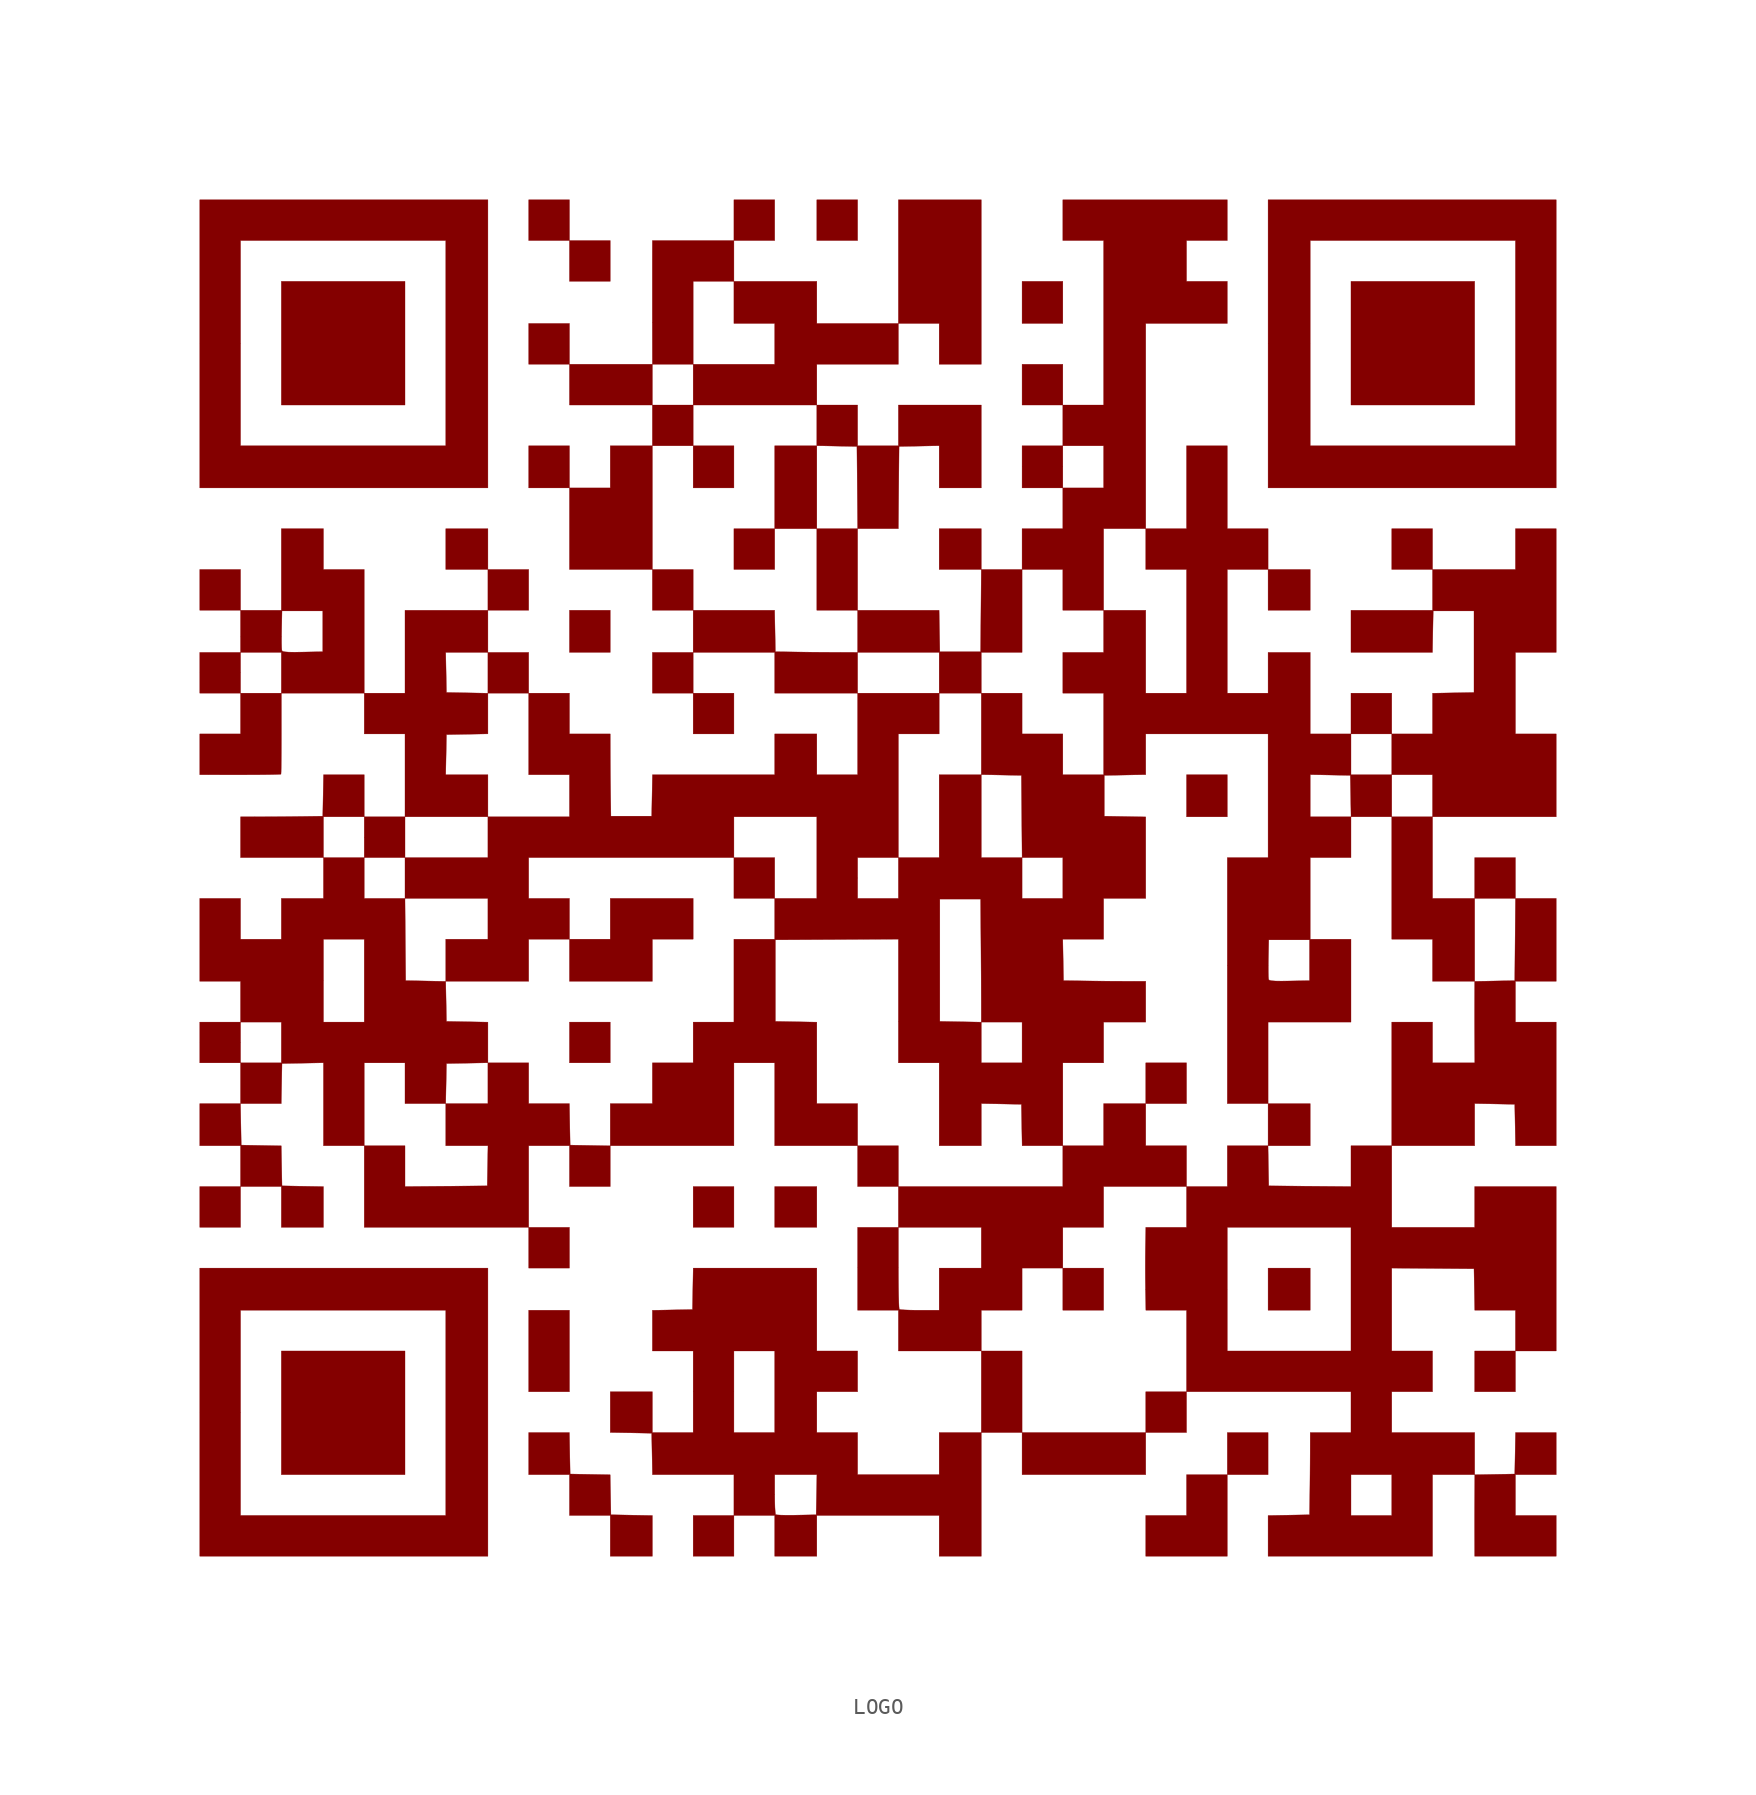
<source format=kicad_sym>
(kicad_symbol_lib
  (version 20220914)
  (generator "bitmap2component")
  (generator_version "8.0")
  (symbol "LOGO"
    (pin_names
      (offset 1.016))
    (property "Reference" "#G"
      (at 0 41.84 0)
      (effects (font (size 1.27 1.27)) hide))
    (symbol "LOGO_0_0"
      (polyline (pts (xy -24.381 -33.385) (xy -24.381 -24.381) (xy -33.385 -24.381) (xy -42.39 -24.381) (xy -42.39 -33.385) (xy -42.39 -33.428) (xy -39.842 -33.428) (xy -39.842 -27.014) (xy -33.428 -27.014) (xy -27.014 -27.014) (xy -27.014 -33.428) (xy -27.014 -39.841) (xy -33.428 -39.841) (xy -39.842 -39.841) (xy -39.842 -33.428) (xy -42.39 -33.428) (xy -42.39 -42.39) (xy -33.385 -42.39) (xy -24.381 -42.39) (xy -24.381 -33.385)) (stroke (width 0.01) (type default)) (fill (type outline)))
      (polyline (pts (xy -14.102 -41.118) (xy -14.102 -39.846) (xy -15.397 -39.822) (xy -16.693 -39.799) (xy -16.716 -38.548) (xy -16.74 -37.297) (xy -17.99 -37.274) (xy -19.241 -37.251) (xy -19.265 -35.955) (xy -19.288 -34.66) (xy -20.56 -34.66) (xy -21.832 -34.66) (xy -21.832 -35.976) (xy -21.832 -37.293) (xy -20.558 -37.293) (xy -19.284 -37.293) (xy -19.284 -38.567) (xy -19.284 -39.841) (xy -18.009 -39.841) (xy -16.735 -39.841) (xy -16.735 -41.116) (xy -16.735 -42.39) (xy -15.418 -42.39) (xy -14.102 -42.39) (xy -14.102 -41.118)) (stroke (width 0.01) (type default)) (fill (type outline)))
      (polyline (pts (xy -6.456 41.116) (xy -6.456 42.39) (xy -7.731 42.39) (xy -9.005 42.39) (xy -9.005 41.116) (xy -9.005 39.842) (xy -7.731 39.842) (xy -6.456 39.842) (xy -6.456 41.116)) (stroke (width 0.01) (type default)) (fill (type outline)))
      (polyline (pts (xy 1.294 24.402) (xy 1.317 26.972) (xy 2.57 26.995) (xy 3.823 27.019) (xy 3.823 25.7) (xy 3.823 24.381) (xy 5.139 24.381) (xy 6.456 24.381) (xy 6.456 26.972) (xy 6.456 29.563) (xy 3.865 29.563) (xy 1.274 29.563) (xy 1.274 28.288) (xy 1.274 27.014) (xy 0 27.014) (xy -1.274 27.014) (xy -1.274 28.288) (xy -1.274 29.563) (xy -2.549 29.563) (xy -3.823 29.563) (xy -3.823 30.837) (xy -3.823 32.111) (xy -1.274 32.111) (xy 1.274 32.111) (xy 1.274 33.385) (xy 1.274 34.66) (xy 2.549 34.66) (xy 3.823 34.66) (xy 3.823 33.385) (xy 3.823 32.111) (xy 5.139 32.111) (xy 6.456 32.111) (xy 6.456 37.251) (xy 6.456 42.39) (xy 3.865 42.39) (xy 1.274 42.39) (xy 1.274 38.525) (xy 1.274 34.66) (xy -1.274 34.66) (xy -3.823 34.66) (xy -3.823 35.976) (xy -3.823 37.293) (xy -6.414 37.293) (xy -9.005 37.293) (xy -9.005 38.567) (xy -9.005 39.842) (xy -11.553 39.842) (xy -14.102 39.842) (xy -14.105 38.546) (xy -14.105 38.538) (xy -14.105 38.101) (xy -14.105 37.532) (xy -14.105 36.869) (xy -14.105 36.147) (xy -14.105 35.406) (xy -14.104 34.702) (xy -11.553 34.702) (xy -11.553 37.293) (xy -10.279 37.293) (xy -9.005 37.293) (xy -9.005 35.976) (xy -9.005 34.66) (xy -7.731 34.66) (xy -6.456 34.66) (xy -6.456 33.385) (xy -6.456 32.111) (xy -9.005 32.111) (xy -11.553 32.111) (xy -11.553 34.702) (xy -14.104 34.702) (xy -14.104 34.681) (xy -14.1 32.111) (xy -12.828 32.111) (xy -11.553 32.111) (xy -11.553 30.837) (xy -11.553 29.563) (xy -7.688 29.563) (xy -3.823 29.563) (xy -3.823 28.291) (xy -3.823 27.019) (xy -2.57 26.995) (xy -1.317 26.972) (xy -1.294 24.402) (xy -1.272 21.832) (xy -0.001 21.832) (xy 1.272 21.832) (xy 1.294 24.402)) (stroke (width 0.01) (type default)) (fill (type outline)))
      (polyline (pts (xy -9.005 -41.116) (xy -9.005 -39.841) (xy -7.731 -39.841) (xy -6.456 -39.841) (xy -6.456 -41.116) (xy -6.456 -42.39) (xy -5.139 -42.39) (xy -3.823 -42.39) (xy -3.823 -41.116) (xy -3.823 -39.841) (xy 0 -39.841) (xy 3.823 -39.841) (xy 3.823 -41.116) (xy 3.823 -42.39) (xy 5.139 -42.39) (xy 6.456 -42.39) (xy 6.456 -38.525) (xy 6.456 -34.66) (xy 7.73 -34.66) (xy 9.005 -34.66) (xy 9.005 -35.976) (xy 9.005 -37.293) (xy 12.87 -37.293) (xy 16.735 -37.293) (xy 16.735 -35.976) (xy 16.735 -34.66) (xy 12.87 -34.66) (xy 9.005 -34.66) (xy 9.005 -32.111) (xy 9.005 -29.562) (xy 7.73 -29.562) (xy 6.456 -29.562) (xy 6.456 -28.288) (xy 6.456 -27.014) (xy 7.73 -27.014) (xy 9.005 -27.014) (xy 9.005 -25.697) (xy 9.005 -24.381) (xy 10.279 -24.381) (xy 11.553 -24.381) (xy 11.553 -23.106) (xy 11.553 -21.832) (xy 12.827 -21.832) (xy 14.102 -21.832) (xy 14.102 -20.558) (xy 14.102 -19.284) (xy 16.693 -19.284) (xy 19.284 -19.284) (xy 19.284 -20.558) (xy 19.284 -21.832) (xy 18.012 -21.832) (xy 16.739 -21.832) (xy 16.716 -23.085) (xy 16.715 -23.139) (xy 16.709 -23.727) (xy 16.707 -24.399) (xy 16.71 -25.075) (xy 16.718 -25.676) (xy 16.718 -25.697) (xy 21.832 -25.697) (xy 21.832 -21.832) (xy 25.697 -21.832) (xy 29.562 -21.832) (xy 29.562 -25.697) (xy 29.562 -29.562) (xy 25.697 -29.562) (xy 21.832 -29.562) (xy 21.832 -25.697) (xy 16.718 -25.697) (xy 16.743 -27.014) (xy 18.014 -27.014) (xy 19.284 -27.014) (xy 19.284 -29.562) (xy 19.284 -32.111) (xy 18.009 -32.111) (xy 16.735 -32.111) (xy 16.735 -33.385) (xy 16.735 -34.66) (xy 18.009 -34.66) (xy 19.284 -34.66) (xy 19.284 -33.385) (xy 19.284 -32.111) (xy 24.423 -32.111) (xy 29.562 -32.111) (xy 29.562 -33.385) (xy 29.562 -34.66) (xy 28.288 -34.66) (xy 27.014 -34.66) (xy 27.011 -35.955) (xy 27.011 -35.961) (xy 27.008 -36.564) (xy 27.003 -37.248) (xy 26.997 -37.929) (xy 26.99 -38.525) (xy 26.989 -38.567) (xy 29.562 -38.567) (xy 29.562 -37.293) (xy 30.837 -37.293) (xy 32.111 -37.293) (xy 32.111 -38.567) (xy 32.111 -39.841) (xy 30.837 -39.841) (xy 29.562 -39.841) (xy 29.562 -38.567) (xy 26.989 -38.567) (xy 26.971 -39.799) (xy 25.676 -39.822) (xy 24.381 -39.846) (xy 24.381 -41.118) (xy 24.381 -42.39) (xy 29.52 -42.39) (xy 34.66 -42.39) (xy 34.66 -39.841) (xy 34.66 -37.293) (xy 35.98 -37.293) (xy 37.293 -37.293) (xy 37.293 -35.978) (xy 37.293 -34.66) (xy 34.702 -34.66) (xy 32.111 -34.66) (xy 32.111 -33.385) (xy 32.111 -32.111) (xy 33.385 -32.111) (xy 34.66 -32.111) (xy 34.66 -30.837) (xy 34.66 -29.562) (xy 33.385 -29.562) (xy 32.111 -29.562) (xy 32.111 -26.972) (xy 32.111 -24.381) (xy 34.681 -24.402) (xy 37.251 -24.423) (xy 37.274 -25.718) (xy 37.297 -27.014) (xy 38.569 -27.014) (xy 39.841 -27.014) (xy 39.841 -28.288) (xy 39.841 -29.562) (xy 41.116 -29.562) (xy 42.39 -29.562) (xy 42.39 -24.423) (xy 42.39 -19.284) (xy 39.841 -19.284) (xy 37.293 -19.284) (xy 37.293 -20.558) (xy 37.293 -21.832) (xy 34.702 -21.832) (xy 32.111 -21.832) (xy 32.111 -19.284) (xy 32.111 -16.735) (xy 30.837 -16.735) (xy 29.562 -16.735) (xy 29.562 -18.011) (xy 29.562 -19.286) (xy 26.993 -19.264) (xy 24.423 -19.241) (xy 24.399 -17.988) (xy 24.376 -16.735) (xy 23.104 -16.735) (xy 21.832 -16.735) (xy 21.832 -18.009) (xy 21.832 -19.284) (xy 20.558 -19.284) (xy 19.284 -19.284) (xy 19.284 -18.009) (xy 19.284 -16.735) (xy 18.009 -16.735) (xy 16.735 -16.735) (xy 16.735 -15.418) (xy 16.735 -14.102) (xy 15.418 -14.102) (xy 14.102 -14.102) (xy 14.102 -15.418) (xy 14.102 -16.735) (xy 12.827 -16.735) (xy 11.553 -16.735) (xy 11.553 -14.144) (xy 11.553 -11.553) (xy 12.827 -11.553) (xy 14.102 -11.553) (xy 14.102 -10.279) (xy 14.102 -9.005) (xy 15.418 -9.005) (xy 16.735 -9.005) (xy 16.735 -7.73) (xy 16.735 -6.456) (xy 15.44 -6.453) (xy 15.434 -6.453) (xy 14.831 -6.45) (xy 14.146 -6.446) (xy 13.465 -6.439) (xy 12.87 -6.432) (xy 11.596 -6.414) (xy 11.572 -5.118) (xy 11.549 -3.823) (xy 12.825 -3.823) (xy 14.102 -3.823) (xy 14.102 -2.549) (xy 14.102 -1.274) (xy 15.418 -1.274) (xy 16.735 -1.274) (xy 16.735 1.272) (xy 16.735 3.818) (xy 15.44 3.842) (xy 14.144 3.865) (xy 14.144 5.139) (xy 14.144 6.414) (xy 15.44 6.437) (xy 16.735 6.461) (xy 16.735 7.733) (xy 16.735 9.005) (xy 20.558 9.005) (xy 24.381 9.005) (xy 24.381 5.139) (xy 24.381 1.274) (xy 23.106 1.274) (xy 21.832 1.274) (xy 21.832 -5.489) (xy 24.394 -5.489) (xy 24.399 -5.05) (xy 24.423 -3.865) (xy 25.697 -3.865) (xy 26.971 -3.865) (xy 26.971 -5.139) (xy 26.971 -6.414) (xy 25.717 -6.437) (xy 25.222 -6.443) (xy 24.853 -6.439) (xy 24.611 -6.423) (xy 24.473 -6.393) (xy 24.419 -6.348) (xy 24.414 -6.328) (xy 24.401 -6.162) (xy 24.395 -5.871) (xy 24.394 -5.489) (xy 21.832 -5.489) (xy 21.832 -6.414) (xy 21.832 -14.102) (xy 23.106 -14.102) (xy 24.381 -14.102) (xy 24.381 -11.553) (xy 24.381 -9.005) (xy 26.971 -9.005) (xy 29.562 -9.005) (xy 29.562 -6.414) (xy 29.562 -3.823) (xy 28.288 -3.823) (xy 27.014 -3.823) (xy 27.014 -1.274) (xy 27.014 1.274) (xy 28.288 1.274) (xy 29.562 1.274) (xy 29.562 2.549) (xy 29.562 3.823) (xy 28.288 3.823) (xy 27.014 3.823) (xy 27.014 5.142) (xy 27.014 6.461) (xy 28.267 6.437) (xy 29.52 6.414) (xy 29.544 5.118) (xy 29.567 3.823) (xy 30.839 3.823) (xy 32.111 3.823) (xy 32.111 0) (xy 32.111 -3.823) (xy 33.385 -3.823) (xy 34.66 -3.823) (xy 34.66 -5.139) (xy 34.66 -6.456) (xy 35.976 -6.456) (xy 37.293 -6.456) (xy 37.293 -3.865) (xy 37.293 -1.274) (xy 35.976 -1.274) (xy 34.66 -1.274) (xy 34.66 1.274) (xy 34.66 3.823) (xy 33.385 3.823) (xy 32.111 3.823) (xy 32.111 5.139) (xy 32.111 6.456) (xy 30.837 6.456) (xy 29.562 6.456) (xy 29.562 7.731) (xy 29.562 9.005) (xy 30.837 9.005) (xy 32.111 9.005) (xy 32.111 7.731) (xy 32.111 6.456) (xy 33.385 6.456) (xy 34.66 6.456) (xy 34.66 5.139) (xy 34.66 3.823) (xy 38.525 3.823) (xy 42.39 3.823) (xy 42.39 6.414) (xy 42.39 9.005) (xy 41.116 9.005) (xy 39.841 9.005) (xy 39.841 11.553) (xy 39.841 14.102) (xy 41.116 14.102) (xy 42.39 14.102) (xy 42.39 17.967) (xy 42.39 21.832) (xy 41.116 21.832) (xy 39.841 21.832) (xy 39.841 20.558) (xy 39.841 19.284) (xy 37.251 19.284) (xy 34.66 19.284) (xy 34.66 20.558) (xy 34.66 21.832) (xy 33.385 21.832) (xy 32.111 21.832) (xy 32.111 20.558) (xy 32.111 19.284) (xy 33.385 19.284) (xy 34.66 19.284) (xy 34.66 18.009) (xy 34.66 16.735) (xy 32.111 16.735) (xy 29.562 16.735) (xy 29.562 15.418) (xy 29.562 14.102) (xy 32.109 14.102) (xy 34.655 14.102) (xy 34.678 15.397) (xy 34.702 16.693) (xy 35.976 16.693) (xy 37.251 16.693) (xy 37.251 14.144) (xy 37.251 11.596) (xy 35.955 11.572) (xy 34.66 11.549) (xy 34.66 10.277) (xy 34.66 9.005) (xy 33.385 9.005) (xy 32.111 9.005) (xy 32.111 10.279) (xy 32.111 11.553) (xy 30.837 11.553) (xy 29.562 11.553) (xy 29.562 10.279) (xy 29.562 9.005) (xy 28.288 9.005) (xy 27.014 9.005) (xy 27.014 11.553) (xy 27.014 14.102) (xy 25.697 14.102) (xy 24.381 14.102) (xy 24.381 12.828) (xy 24.381 11.553) (xy 23.106 11.553) (xy 21.832 11.553) (xy 21.832 15.418) (xy 21.832 19.284) (xy 23.106 19.284) (xy 24.381 19.284) (xy 24.381 18.009) (xy 24.381 16.735) (xy 25.697 16.735) (xy 27.014 16.735) (xy 27.014 18.009) (xy 27.014 19.284) (xy 25.697 19.284) (xy 24.381 19.284) (xy 24.381 20.558) (xy 24.381 21.832) (xy 23.106 21.832) (xy 21.832 21.832) (xy 21.832 24.423) (xy 21.832 27.014) (xy 20.558 27.014) (xy 19.284 27.014) (xy 19.284 24.423) (xy 19.284 21.832) (xy 18.009 21.832) (xy 16.735 21.832) (xy 16.735 28.246) (xy 16.735 34.66) (xy 19.284 34.66) (xy 21.832 34.66) (xy 21.832 35.976) (xy 21.832 37.293) (xy 20.558 37.293) (xy 19.284 37.293) (xy 19.284 38.567) (xy 19.284 39.842) (xy 20.558 39.842) (xy 21.832 39.842) (xy 21.832 41.116) (xy 21.832 42.39) (xy 16.693 42.39) (xy 11.553 42.39) (xy 11.553 41.116) (xy 11.553 39.842) (xy 12.827 39.842) (xy 14.102 39.842) (xy 14.102 34.702) (xy 14.102 29.563) (xy 12.827 29.563) (xy 11.553 29.563) (xy 11.553 30.837) (xy 11.553 32.111) (xy 10.279 32.111) (xy 9.005 32.111) (xy 9.005 30.837) (xy 9.005 29.563) (xy 10.279 29.563) (xy 11.553 29.563) (xy 11.553 28.288) (xy 11.553 27.014) (xy 10.279 27.014) (xy 9.005 27.014) (xy 9.005 25.697) (xy 11.553 25.697) (xy 11.553 27.014) (xy 12.827 27.014) (xy 14.102 27.014) (xy 14.102 25.697) (xy 14.102 24.381) (xy 12.827 24.381) (xy 11.553 24.381) (xy 11.553 25.697) (xy 9.005 25.697) (xy 9.005 24.381) (xy 10.279 24.381) (xy 11.553 24.381) (xy 11.553 23.106) (xy 11.553 21.832) (xy 10.279 21.832) (xy 9.005 21.832) (xy 9.005 20.558) (xy 9.005 19.284) (xy 7.73 19.284) (xy 6.456 19.284) (xy 6.456 20.558) (xy 6.456 21.832) (xy 5.139 21.832) (xy 3.823 21.832) (xy 3.823 20.558) (xy 3.823 19.284) (xy 5.139 19.284) (xy 6.456 19.284) (xy 6.435 16.714) (xy 6.414 14.144) (xy 5.139 14.144) (xy 3.865 14.144) (xy 3.842 15.44) (xy 3.818 16.735) (xy 1.272 16.735) (xy -1.274 16.735) (xy -1.274 19.284) (xy -1.274 21.832) (xy -2.547 21.832) (xy -3.823 21.832) (xy -3.823 19.284) (xy -3.823 16.735) (xy -2.549 16.735) (xy -1.274 16.735) (xy -1.274 15.418) (xy -1.274 14.102) (xy 1.274 14.102) (xy 3.823 14.102) (xy 3.823 12.828) (xy 3.823 11.553) (xy 5.139 11.553) (xy 6.456 11.553) (xy 6.456 12.828) (xy 6.456 14.102) (xy 7.73 14.102) (xy 9.005 14.102) (xy 9.005 16.693) (xy 9.005 19.284) (xy 10.279 19.284) (xy 11.553 19.284) (xy 11.553 18.009) (xy 11.553 16.735) (xy 12.827 16.735) (xy 14.102 16.735) (xy 14.102 19.284) (xy 14.102 21.832) (xy 15.418 21.832) (xy 16.735 21.832) (xy 16.735 20.558) (xy 16.735 19.284) (xy 18.009 19.284) (xy 19.284 19.284) (xy 19.284 15.418) (xy 19.284 11.553) (xy 18.009 11.553) (xy 16.735 11.553) (xy 16.735 14.144) (xy 16.735 16.735) (xy 15.418 16.735) (xy 14.102 16.735) (xy 14.102 15.418) (xy 14.102 14.102) (xy 12.827 14.102) (xy 11.553 14.102) (xy 11.553 12.828) (xy 11.553 11.553) (xy 12.827 11.553) (xy 14.102 11.553) (xy 14.102 9.005) (xy 14.102 6.456) (xy 12.827 6.456) (xy 11.553 6.456) (xy 11.553 7.731) (xy 11.553 9.005) (xy 10.279 9.005) (xy 9.005 9.005) (xy 9.005 10.279) (xy 9.005 11.553) (xy 7.73 11.553) (xy 6.456 11.553) (xy 6.456 9.007) (xy 6.456 6.461) (xy 7.709 6.437) (xy 8.962 6.414) (xy 8.985 3.844) (xy 9.007 1.274) (xy 10.28 1.274) (xy 11.553 1.274) (xy 11.553 0) (xy 11.553 -1.274) (xy 10.279 -1.274) (xy 9.005 -1.274) (xy 9.005 0) (xy 9.005 1.274) (xy 7.73 1.274) (xy 6.456 1.274) (xy 6.456 3.865) (xy 6.456 6.456) (xy 5.139 6.456) (xy 3.823 6.456) (xy 3.823 3.865) (xy 3.823 1.274) (xy 2.549 1.274) (xy 1.274 1.274) (xy 1.274 5.139) (xy 1.274 9.005) (xy 2.549 9.005) (xy 3.823 9.005) (xy 3.823 10.279) (xy 3.823 11.553) (xy 1.274 11.553) (xy -1.274 11.553) (xy -1.274 12.828) (xy -1.274 14.102) (xy -2.57 14.105) (xy -2.576 14.105) (xy -3.179 14.107) (xy -3.863 14.112) (xy -4.544 14.119) (xy -5.139 14.126) (xy -6.414 14.144) (xy -6.437 15.44) (xy -6.461 16.735) (xy -9.007 16.735) (xy -11.553 16.735) (xy -11.553 18.009) (xy -11.553 19.284) (xy -12.828 19.284) (xy -14.102 19.284) (xy -14.102 23.149) (xy -14.102 27.014) (xy -15.418 27.014) (xy -16.735 27.014) (xy -16.735 25.697) (xy -16.735 24.381) (xy -18.009 24.381) (xy -19.284 24.381) (xy -19.284 25.697) (xy -19.284 27.014) (xy -20.558 27.014) (xy -21.832 27.014) (xy -21.832 25.697) (xy -21.832 24.381) (xy -20.558 24.381) (xy -19.284 24.381) (xy -19.284 21.832) (xy -19.284 19.284) (xy -16.693 19.284) (xy -14.102 19.284) (xy -14.102 18.009) (xy -14.102 16.735) (xy -12.828 16.735) (xy -11.553 16.735) (xy -11.553 15.418) (xy -11.553 14.102) (xy -12.828 14.102) (xy -14.102 14.102) (xy -14.102 12.828) (xy -14.102 11.553) (xy -12.828 11.553) (xy -11.553 11.553) (xy -11.553 10.279) (xy -11.553 9.005) (xy -10.279 9.005) (xy -9.005 9.005) (xy -9.005 10.279) (xy -9.005 11.553) (xy -10.279 11.553) (xy -11.553 11.553) (xy -11.553 12.828) (xy -11.553 14.102) (xy -9.005 14.102) (xy -6.456 14.102) (xy -6.456 12.828) (xy -6.456 11.553) (xy -3.865 11.553) (xy -1.274 11.553) (xy -1.274 9.005) (xy -1.274 6.456) (xy -2.549 6.456) (xy -3.823 6.456) (xy -3.823 7.731) (xy -3.823 9.005) (xy -5.139 9.005) (xy -6.456 9.005) (xy -6.456 7.731) (xy -6.456 6.456) (xy -10.277 6.456) (xy -14.097 6.456) (xy -14.121 5.161) (xy -14.144 3.865) (xy -15.418 3.865) (xy -16.693 3.865) (xy -16.711 5.139) (xy -16.711 5.145) (xy -16.718 5.742) (xy -16.725 6.424) (xy -16.729 7.107) (xy -16.732 7.709) (xy -16.735 9.005) (xy -18.009 9.005) (xy -19.284 9.005) (xy -19.284 10.279) (xy -19.284 11.553) (xy -20.558 11.553) (xy -21.832 11.553) (xy -21.832 12.828) (xy -21.832 14.102) (xy -23.106 14.102) (xy -24.381 14.102) (xy -24.381 15.418) (xy -24.381 16.735) (xy -26.972 16.735) (xy -29.563 16.735) (xy -29.563 14.144) (xy -29.563 11.553) (xy -30.837 11.553) (xy -32.111 11.553) (xy -32.111 15.418) (xy -32.111 19.284) (xy -33.385 19.284) (xy -34.66 19.284) (xy -34.66 20.558) (xy -34.66 21.832) (xy -35.976 21.832) (xy -37.293 21.832) (xy -37.293 19.284) (xy -37.293 16.735) (xy -38.567 16.735) (xy -39.842 16.735) (xy -39.842 18.009) (xy -39.842 19.284) (xy -41.116 19.284) (xy -42.39 19.284) (xy -42.39 18.009) (xy -42.39 16.735) (xy -41.116 16.735) (xy -39.842 16.735) (xy -39.842 15.418) (xy -39.842 15.069) (xy -37.28 15.069) (xy -37.274 15.508) (xy -37.251 16.693) (xy -35.976 16.693) (xy -34.702 16.693) (xy -34.702 15.418) (xy -34.702 14.144) (xy -35.957 14.121) (xy -36.452 14.114) (xy -36.821 14.118) (xy -37.063 14.135) (xy -37.2 14.165) (xy -37.255 14.21) (xy -37.26 14.23) (xy -37.272 14.396) (xy -37.279 14.687) (xy -37.28 15.069) (xy -39.842 15.069) (xy -39.842 14.102) (xy -41.116 14.102) (xy -42.39 14.102) (xy -42.39 12.828) (xy -39.842 12.828) (xy -39.842 14.102) (xy -38.567 14.102) (xy -37.293 14.102) (xy -37.293 12.828) (xy -37.293 11.553) (xy -38.567 11.553) (xy -39.842 11.553) (xy -39.842 12.828) (xy -42.39 12.828) (xy -42.39 11.553) (xy -41.116 11.553) (xy -39.842 11.553) (xy -39.842 10.279) (xy -39.842 9.005) (xy -41.116 9.005) (xy -42.39 9.005) (xy -42.39 7.731) (xy -42.39 6.456) (xy -41.094 6.452) (xy -40.592 6.451) (xy -39.833 6.451) (xy -39.143 6.453) (xy -38.539 6.457) (xy -38.037 6.463) (xy -37.655 6.471) (xy -37.409 6.48) (xy -37.316 6.49) (xy -37.314 6.501) (xy -37.307 6.639) (xy -37.302 6.919) (xy -37.297 7.319) (xy -37.293 7.82) (xy -37.291 8.399) (xy -37.29 9.034) (xy -37.291 11.553) (xy -34.701 11.553) (xy -32.111 11.553) (xy -32.111 10.279) (xy -32.111 9.005) (xy -30.837 9.005) (xy -29.563 9.005) (xy -29.563 6.456) (xy -27.019 6.456) (xy -26.995 7.709) (xy -26.972 8.962) (xy -25.676 8.986) (xy -24.381 9.009) (xy -24.381 10.279) (xy -24.381 11.549) (xy -25.676 11.572) (xy -26.972 11.596) (xy -26.995 12.849) (xy -27.019 14.102) (xy -25.7 14.102) (xy -24.381 14.102) (xy -24.381 12.828) (xy -24.381 11.553) (xy -23.106 11.553) (xy -21.832 11.553) (xy -21.832 9.005) (xy -21.832 6.456) (xy -20.558 6.456) (xy -19.284 6.456) (xy -19.284 5.139) (xy -19.284 3.823) (xy -21.832 3.823) (xy -24.381 3.823) (xy -24.381 5.139) (xy -24.381 6.456) (xy -25.7 6.456) (xy -27.019 6.456) (xy -29.563 6.456) (xy -29.563 6.414) (xy -29.563 3.823) (xy -30.837 3.823) (xy -32.111 3.823) (xy -32.111 5.139) (xy -32.111 6.456) (xy -33.383 6.456) (xy -34.655 6.456) (xy -34.679 5.161) (xy -34.702 3.865) (xy -35.976 3.847) (xy -35.982 3.847) (xy -36.579 3.84) (xy -37.261 3.833) (xy -37.944 3.829) (xy -38.546 3.826) (xy -39.842 3.823) (xy -39.842 2.549) (xy -39.842 1.274) (xy -37.251 1.274) (xy -34.66 1.274) (xy -34.66 0) (xy -34.66 -1.274) (xy -35.976 -1.274) (xy -37.293 -1.274) (xy -37.293 -2.549) (xy -37.293 -3.823) (xy -38.567 -3.823) (xy -39.842 -3.823) (xy -39.842 -2.549) (xy -39.842 -1.274) (xy -41.116 -1.274) (xy -42.39 -1.274) (xy -42.39 -3.865) (xy -42.39 -6.414) (xy -34.66 -6.414) (xy -34.66 -3.823) (xy -33.385 -3.823) (xy -32.111 -3.823) (xy -32.111 -6.414) (xy -32.111 -9.005) (xy -33.385 -9.005) (xy -34.66 -9.005) (xy -34.66 -6.414) (xy -42.39 -6.414) (xy -42.39 -6.456) (xy -41.116 -6.456) (xy -39.842 -6.456) (xy -39.842 -7.73) (xy -39.842 -9.005) (xy -41.116 -9.005) (xy -42.39 -9.005) (xy -42.39 -10.279) (xy -39.842 -10.279) (xy -39.842 -9.005) (xy -38.567 -9.005) (xy -37.293 -9.005) (xy -37.293 -10.279) (xy -37.293 -11.553) (xy -38.567 -11.553) (xy -39.842 -11.553) (xy -39.842 -10.279) (xy -42.39 -10.279) (xy -42.39 -11.553) (xy -41.116 -11.553) (xy -39.842 -11.553) (xy -39.842 -12.827) (xy -39.842 -14.102) (xy -38.572 -14.102) (xy -37.298 -14.102) (xy -37.274 -12.849) (xy -37.251 -11.596) (xy -35.955 -11.572) (xy -34.66 -11.549) (xy -34.66 -14.142) (xy -34.66 -16.735) (xy -33.385 -16.735) (xy -32.111 -16.735) (xy -32.111 -19.284) (xy -32.111 -21.832) (xy -26.972 -21.832) (xy -21.832 -21.832) (xy -21.832 -23.106) (xy -21.832 -24.381) (xy -20.558 -24.381) (xy -19.284 -24.381) (xy -19.284 -23.106) (xy -19.284 -21.832) (xy -20.558 -21.832) (xy -21.832 -21.832) (xy -21.832 -19.284) (xy -21.832 -16.735) (xy -20.558 -16.735) (xy -19.284 -16.735) (xy -19.284 -18.009) (xy -19.284 -19.284) (xy -18.009 -19.284) (xy -16.735 -19.284) (xy -16.735 -18.009) (xy -16.735 -16.74) (xy -17.988 -16.716) (xy -19.241 -16.693) (xy -19.265 -15.397) (xy -19.288 -14.102) (xy -20.56 -14.102) (xy -21.832 -14.102) (xy -21.832 -12.827) (xy -21.832 -11.553) (xy -23.106 -11.553) (xy -24.381 -11.553) (xy -24.381 -12.827) (xy -24.381 -14.102) (xy -25.697 -14.102) (xy -27.014 -14.102) (xy -27.014 -15.418) (xy -27.014 -16.735) (xy -25.695 -16.735) (xy -24.376 -16.735) (xy -24.4 -17.988) (xy -24.423 -19.241) (xy -26.993 -19.264) (xy -29.563 -19.286) (xy -29.563 -18.011) (xy -29.563 -16.735) (xy -30.837 -16.735) (xy -32.111 -16.735) (xy -32.111 -14.144) (xy -32.111 -11.553) (xy -30.837 -11.553) (xy -29.563 -11.553) (xy -29.563 -12.827) (xy -29.563 -14.102) (xy -28.291 -14.102) (xy -27.019 -14.102) (xy -26.995 -12.849) (xy -26.972 -11.596) (xy -25.676 -11.572) (xy -24.381 -11.549) (xy -24.381 -10.279) (xy -24.381 -9.009) (xy -25.676 -8.986) (xy -26.972 -8.962) (xy -26.995 -7.711) (xy -27.019 -6.461) (xy -28.269 -6.437) (xy -29.52 -6.414) (xy -29.543 -3.844) (xy -29.565 -1.274) (xy -30.838 -1.274) (xy -32.111 -1.274) (xy -32.111 0) (xy -32.111 1.274) (xy -33.385 1.274) (xy -34.66 1.274) (xy -34.66 2.549) (xy -34.66 3.823) (xy -33.385 3.823) (xy -32.111 3.823) (xy -32.111 2.549) (xy -29.563 2.549) (xy -29.563 3.823) (xy -26.972 3.823) (xy -24.381 3.823) (xy -24.381 2.549) (xy -24.381 1.274) (xy -26.972 1.274) (xy -29.563 1.274) (xy -29.563 2.549) (xy -32.111 2.549) (xy -32.111 1.274) (xy -30.837 1.274) (xy -29.563 1.274) (xy -29.563 0) (xy -29.563 -1.274) (xy -26.972 -1.274) (xy -24.381 -1.274) (xy -24.381 -2.549) (xy -24.381 -3.823) (xy -25.697 -3.823) (xy -27.014 -3.823) (xy -27.014 -5.139) (xy -27.014 -6.456) (xy -24.423 -6.456) (xy -21.832 -6.456) (xy -21.832 -5.139) (xy -21.832 -3.823) (xy -20.558 -3.823) (xy -19.284 -3.823) (xy -19.284 -2.549) (xy -19.284 -1.274) (xy -20.558 -1.274) (xy -21.832 -1.274) (xy -21.832 0) (xy -21.832 1.274) (xy -15.418 1.274) (xy -9.005 1.274) (xy -9.005 2.549) (xy -9.005 3.823) (xy -6.414 3.823) (xy -3.823 3.823) (xy -3.823 1.274) (xy -3.823 0) (xy -1.274 0) (xy -1.274 1.274) (xy 0 1.274) (xy 1.274 1.274) (xy 1.274 0) (xy 1.274 -1.274) (xy 0 -1.274) (xy -1.274 -1.274) (xy -1.274 0) (xy -3.823 0) (xy -3.823 -1.274) (xy -5.139 -1.274) (xy -6.456 -1.274) (xy -6.456 -2.549) (xy -6.456 -3.823) (xy -7.731 -3.823) (xy -9.005 -3.823) (xy -9.005 -6.414) (xy -9.005 -8.962) (xy -6.414 -8.962) (xy -6.414 -6.414) (xy -6.414 -3.865) (xy -2.57 -3.843) (xy 1.274 -3.821) (xy 1.274 -7.687) (xy 1.274 -8.962) (xy 3.865 -8.962) (xy 3.865 -5.139) (xy 3.865 -1.317) (xy 5.139 -1.317) (xy 6.414 -1.317) (xy 6.433 -3.865) (xy 6.438 -4.583) (xy 6.442 -5.323) (xy 6.447 -6.043) (xy 6.45 -6.706) (xy 6.452 -7.274) (xy 6.454 -7.709) (xy 6.456 -9.005) (xy 7.73 -9.005) (xy 9.005 -9.005) (xy 9.005 -10.279) (xy 9.005 -11.553) (xy 7.73 -11.553) (xy 6.456 -11.553) (xy 6.456 -10.281) (xy 6.456 -9.009) (xy 5.161 -8.986) (xy 3.865 -8.962) (xy 1.274 -8.962) (xy 1.274 -11.553) (xy 2.549 -11.553) (xy 3.823 -11.553) (xy 3.823 -14.144) (xy 3.823 -16.735) (xy 5.139 -16.735) (xy 6.456 -16.735) (xy 6.456 -15.416) (xy 6.456 -14.097) (xy 7.709 -14.121) (xy 8.962 -14.144) (xy 8.986 -15.44) (xy 9.009 -16.735) (xy 10.281 -16.735) (xy 11.553 -16.735) (xy 11.553 -18.009) (xy 11.553 -19.284) (xy 6.414 -19.284) (xy 1.274 -19.284) (xy 1.274 -18.009) (xy 1.274 -16.735) (xy 0 -16.735) (xy -1.274 -16.735) (xy -1.274 -15.418) (xy -1.274 -14.102) (xy -2.549 -14.102) (xy -3.823 -14.102) (xy -3.823 -11.555) (xy -3.823 -9.009) (xy -5.118 -8.986) (xy -6.414 -8.962) (xy -9.005 -8.962) (xy -9.005 -9.005) (xy -10.279 -9.005) (xy -11.553 -9.005) (xy -11.553 -10.279) (xy -11.553 -11.553) (xy -12.828 -11.553) (xy -14.102 -11.553) (xy -14.102 -12.827) (xy -14.102 -14.102) (xy -15.418 -14.102) (xy -16.735 -14.102) (xy -16.735 -15.421) (xy -16.735 -16.735) (xy -12.87 -16.735) (xy -9.005 -16.735) (xy -9.005 -14.144) (xy -9.005 -11.553) (xy -7.731 -11.553) (xy -6.456 -11.553) (xy -6.456 -14.144) (xy -6.456 -16.735) (xy -3.865 -16.735) (xy -1.274 -16.735) (xy -1.274 -18.009) (xy -1.274 -19.284) (xy 0 -19.284) (xy 1.274 -19.284) (xy 1.274 -20.558) (xy 1.274 -21.832) (xy 0 -21.832) (xy -1.274 -21.832) (xy -1.274 -24.366) (xy 1.274 -24.366) (xy 1.274 -21.832) (xy 3.865 -21.832) (xy 6.456 -21.832) (xy 6.456 -23.106) (xy 6.456 -24.381) (xy 5.139 -24.381) (xy 3.823 -24.381) (xy 3.823 -25.697) (xy 3.823 -27.014) (xy 2.605 -27.014) (xy 2.435 -27.014) (xy 2.016 -27.007) (xy 1.671 -26.995) (xy 1.432 -26.978) (xy 1.331 -26.957) (xy 1.326 -26.943) (xy 1.312 -26.796) (xy 1.3 -26.507) (xy 1.289 -26.098) (xy 1.281 -25.591) (xy 1.276 -25.006) (xy 1.274 -24.366) (xy -1.274 -24.366) (xy -1.274 -24.423) (xy -1.274 -27.014) (xy 0 -27.014) (xy 1.274 -27.014) (xy 1.274 -28.288) (xy 1.274 -29.562) (xy 3.865 -29.562) (xy 6.456 -29.562) (xy 6.456 -32.111) (xy 6.456 -34.66) (xy 5.139 -34.66) (xy 3.823 -34.66) (xy 3.823 -35.975) (xy 3.823 -37.29) (xy 1.274 -37.29) (xy -1.274 -37.29) (xy -1.274 -35.975) (xy -1.274 -34.66) (xy -2.549 -34.66) (xy -3.823 -34.66) (xy -3.823 -33.385) (xy -3.823 -32.111) (xy -2.549 -32.111) (xy -1.274 -32.111) (xy -1.274 -30.837) (xy -1.274 -29.562) (xy -2.549 -29.562) (xy -3.823 -29.562) (xy -3.823 -26.971) (xy -3.823 -24.381) (xy -7.686 -24.381) (xy -11.549 -24.381) (xy -11.572 -25.676) (xy -11.596 -26.971) (xy -12.849 -26.995) (xy -14.102 -27.019) (xy -14.102 -28.291) (xy -14.102 -29.562) (xy -12.828 -29.562) (xy -11.553 -29.562) (xy -11.553 -32.111) (xy -9.005 -32.111) (xy -9.005 -29.562) (xy -7.731 -29.562) (xy -6.456 -29.562) (xy -6.456 -32.111) (xy -6.456 -34.66) (xy -7.731 -34.66) (xy -9.005 -34.66) (xy -9.005 -32.111) (xy -11.553 -32.111) (xy -11.553 -34.66) (xy -12.828 -34.66) (xy -14.102 -34.66) (xy -14.102 -33.385) (xy -14.102 -32.111) (xy -15.418 -32.111) (xy -16.735 -32.111) (xy -16.735 -33.383) (xy -16.735 -34.655) (xy -15.44 -34.678) (xy -14.144 -34.702) (xy -14.121 -35.998) (xy -14.097 -37.293) (xy -11.551 -37.293) (xy -9.005 -37.293) (xy -9.005 -38.511) (xy -6.456 -38.511) (xy -6.456 -37.293) (xy -5.137 -37.293) (xy -3.818 -37.293) (xy -3.842 -38.546) (xy -3.865 -39.799) (xy -5.102 -39.822) (xy -5.289 -39.825) (xy -5.71 -39.826) (xy -6.056 -39.82) (xy -6.296 -39.806) (xy -6.397 -39.787) (xy -6.406 -39.767) (xy -6.426 -39.61) (xy -6.442 -39.327) (xy -6.452 -38.95) (xy -6.456 -38.511) (xy -9.005 -38.511) (xy -9.005 -38.567) (xy -9.005 -39.841) (xy -10.279 -39.841) (xy -11.553 -39.841) (xy -11.553 -41.116) (xy -11.553 -42.39) (xy -10.279 -42.39) (xy -9.005 -42.39) (xy -9.005 -41.116)) (stroke (width 0.01) (type default)) (fill (type outline)))
      (polyline (pts (xy -11.553 28.288) (xy -11.553 29.563) (xy -12.828 29.563) (xy -14.102 29.563) (xy -14.102 30.837) (xy -14.102 32.111) (xy -16.692 32.111) (xy -19.284 32.111) (xy -19.284 33.385) (xy -19.284 34.66) (xy -20.558 34.66) (xy -21.832 34.66) (xy -21.832 33.385) (xy -21.832 32.111) (xy -20.558 32.111) (xy -19.284 32.111) (xy -19.284 30.837) (xy -19.284 29.563) (xy -16.693 29.563) (xy -14.102 29.563) (xy -14.102 28.288) (xy -14.102 27.014) (xy -12.828 27.014) (xy -11.553 27.014) (xy -11.553 28.288)) (stroke (width 0.01) (type default)) (fill (type outline)))
      (polyline (pts (xy -21.832 18.009) (xy -21.832 19.284) (xy -23.106 19.284) (xy -24.381 19.284) (xy -24.381 20.558) (xy -24.381 21.832) (xy -25.697 21.832) (xy -27.014 21.832) (xy -27.014 20.558) (xy -27.014 19.284) (xy -25.697 19.284) (xy -24.381 19.284) (xy -24.381 18.009) (xy -24.381 16.735) (xy -23.106 16.735) (xy -21.832 16.735) (xy -21.832 18.009)) (stroke (width 0.01) (type default)) (fill (type outline)))
      (polyline (pts (xy 39.841 0) (xy 39.841 1.274) (xy 38.567 1.274) (xy 37.293 1.274) (xy 37.293 0) (xy 37.293 -1.274) (xy 38.568 -1.274) (xy 39.841 -1.274) (xy 39.841 0)) (stroke (width 0.01) (type default)) (fill (type outline)))
      (polyline (pts (xy 37.293 -15.416) (xy 37.293 -14.097) (xy 38.546 -14.121) (xy 39.799 -14.144) (xy 39.822 -15.44) (xy 39.846 -16.735) (xy 41.118 -16.735) (xy 42.39 -16.735) (xy 42.39 -12.87) (xy 42.39 -9.005) (xy 41.116 -9.005) (xy 39.841 -9.005) (xy 39.841 -7.73) (xy 39.841 -6.456) (xy 41.116 -6.456) (xy 42.39 -6.456) (xy 42.39 -3.865) (xy 42.39 -1.274) (xy 41.116 -1.274) (xy 39.844 -1.274) (xy 39.821 -3.844) (xy 39.799 -6.414) (xy 38.546 -6.437) (xy 37.293 -6.461) (xy 37.289 -7.711) (xy 37.289 -7.722) (xy 37.288 -8.31) (xy 37.288 -8.983) (xy 37.29 -9.659) (xy 37.293 -10.258) (xy 37.3 -11.553) (xy 35.98 -11.553) (xy 34.66 -11.553) (xy 34.66 -10.279) (xy 34.66 -9.005) (xy 33.385 -9.005) (xy 32.111 -9.005) (xy 32.111 -12.87) (xy 32.111 -16.735) (xy 34.702 -16.735) (xy 37.293 -16.735) (xy 37.293 -15.416)) (stroke (width 0.01) (type default)) (fill (type outline)))
      (polyline (pts (xy -39.842 -20.558) (xy -39.842 -19.284) (xy -38.567 -19.284) (xy -37.293 -19.284) (xy -37.293 -20.558) (xy -37.293 -21.832) (xy -35.976 -21.832) (xy -34.66 -21.832) (xy -34.66 -20.56) (xy -34.66 -19.288) (xy -35.955 -19.265) (xy -37.251 -19.241) (xy -37.274 -17.99) (xy -37.297 -16.74) (xy -38.548 -16.716) (xy -39.799 -16.693) (xy -39.822 -15.397) (xy -39.846 -14.102) (xy -41.116 -14.102) (xy -42.39 -14.102) (xy -42.39 -15.418) (xy -42.39 -16.735) (xy -41.116 -16.735) (xy -39.842 -16.735) (xy -39.842 -18.009) (xy -39.842 -19.284) (xy -41.116 -19.284) (xy -42.39 -19.284) (xy -42.39 -20.558) (xy -42.39 -21.832) (xy -41.116 -21.832) (xy -39.842 -21.832) (xy -39.842 -20.558)) (stroke (width 0.01) (type default)) (fill (type outline)))
      (polyline (pts (xy 39.841 -30.837) (xy 39.841 -29.562) (xy 38.567 -29.562) (xy 37.293 -29.562) (xy 37.293 -30.837) (xy 37.293 -32.111) (xy 38.567 -32.111) (xy 39.841 -32.111) (xy 39.841 -30.837)) (stroke (width 0.01) (type default)) (fill (type outline)))
      (polyline (pts (xy 42.39 -41.116) (xy 42.39 -39.841) (xy 41.116 -39.841) (xy 39.841 -39.841) (xy 39.841 -38.567) (xy 39.841 -37.293) (xy 41.116 -37.293) (xy 42.39 -37.293) (xy 42.39 -35.976) (xy 42.39 -34.66) (xy 41.118 -34.66) (xy 39.846 -34.66) (xy 39.822 -35.955) (xy 39.799 -37.251) (xy 38.546 -37.274) (xy 37.3 -37.297) (xy 37.293 -38.546) (xy 37.293 -38.556) (xy 37.29 -39.145) (xy 37.288 -39.818) (xy 37.288 -40.496) (xy 37.289 -41.094) (xy 37.293 -42.39) (xy 39.841 -42.39) (xy 42.39 -42.39) (xy 42.39 -41.116)) (stroke (width 0.01) (type default)) (fill (type outline)))
      (polyline (pts (xy 37.3 -37.297) (xy 37.301 -37.293) (xy 37.293 -37.293) (xy 37.293 -37.297) (xy 37.3 -37.297)) (stroke (width 0.01) (type default)) (fill (type outline)))
      (polyline (pts (xy 24.381 -35.976) (xy 24.381 -34.66) (xy 23.106 -34.66) (xy 21.832 -34.66) (xy 21.832 -35.976) (xy 21.832 -37.293) (xy 23.106 -37.293) (xy 24.381 -37.293) (xy 24.381 -35.976)) (stroke (width 0.01) (type default)) (fill (type outline)))
      (polyline (pts (xy 21.832 -39.841) (xy 21.832 -37.293) (xy 20.558 -37.293) (xy 19.284 -37.293) (xy 19.284 -38.567) (xy 19.284 -39.841) (xy 18.009 -39.841) (xy 16.735 -39.841) (xy 16.735 -41.116) (xy 16.735 -42.39) (xy 19.284 -42.39) (xy 21.832 -42.39) (xy 21.832 -39.841)) (stroke (width 0.01) (type default)) (fill (type outline)))
      (polyline (pts (xy -19.284 -29.562) (xy -19.284 -27.014) (xy -20.558 -27.014) (xy -21.832 -27.014) (xy -21.832 -29.562) (xy -21.832 -32.111) (xy -20.558 -32.111) (xy -19.284 -32.111) (xy -19.284 -29.562)) (stroke (width 0.01) (type default)) (fill (type outline)))
      (polyline (pts (xy -9.005 -20.558) (xy -9.005 -19.284) (xy -10.279 -19.284) (xy -11.553 -19.284) (xy -11.553 -20.558) (xy -11.553 -21.832) (xy -10.279 -21.832) (xy -9.005 -21.832) (xy -9.005 -20.558)) (stroke (width 0.01) (type default)) (fill (type outline)))
      (polyline (pts (xy -3.823 -20.558) (xy -3.823 -19.284) (xy -5.139 -19.284) (xy -6.456 -19.284) (xy -6.456 -20.558) (xy -6.456 -21.832) (xy -5.139 -21.832) (xy -3.823 -21.832) (xy -3.823 -20.558)) (stroke (width 0.01) (type default)) (fill (type outline)))
      (polyline (pts (xy -16.735 15.418) (xy -16.735 16.735) (xy -18.009 16.735) (xy -19.284 16.735) (xy -19.284 15.418) (xy -19.284 14.102) (xy -18.009 14.102) (xy -16.735 14.102) (xy -16.735 15.418)) (stroke (width 0.01) (type default)) (fill (type outline)))
      (polyline (pts (xy -24.381 33.385) (xy -24.381 42.39) (xy -33.385 42.39) (xy -42.39 42.39) (xy -42.39 33.428) (xy -39.842 33.428) (xy -39.842 39.842) (xy -33.428 39.842) (xy -27.014 39.842) (xy -27.014 33.428) (xy -27.014 27.014) (xy -33.428 27.014) (xy -39.842 27.014) (xy -39.842 33.428) (xy -42.39 33.428) (xy -42.39 33.385) (xy -42.39 24.381) (xy -33.385 24.381) (xy -24.381 24.381) (xy -24.381 33.385)) (stroke (width 0.01) (type default)) (fill (type outline)))
      (polyline (pts (xy 42.39 33.385) (xy 42.39 42.39) (xy 33.385 42.39) (xy 24.381 42.39) (xy 24.381 33.428) (xy 27.014 33.428) (xy 27.014 39.842) (xy 33.428 39.842) (xy 39.841 39.842) (xy 39.841 33.428) (xy 39.841 27.014) (xy 33.428 27.014) (xy 27.014 27.014) (xy 27.014 33.428) (xy 24.381 33.428) (xy 24.381 33.385) (xy 24.381 24.381) (xy 33.385 24.381) (xy 42.39 24.381) (xy 42.39 33.385)) (stroke (width 0.01) (type default)) (fill (type outline)))
      (polyline (pts (xy 11.553 35.976) (xy 11.553 37.293) (xy 10.279 37.293) (xy 9.005 37.293) (xy 9.005 35.976) (xy 9.005 34.66) (xy 10.279 34.66) (xy 11.553 34.66) (xy 11.553 35.976)) (stroke (width 0.01) (type default)) (fill (type outline)))
      (polyline (pts (xy -16.735 38.567) (xy -16.735 39.842) (xy -18.009 39.842) (xy -19.284 39.842) (xy -19.284 41.116) (xy -19.284 42.39) (xy -20.558 42.39) (xy -21.832 42.39) (xy -21.832 41.116) (xy -21.832 39.842) (xy -20.558 39.842) (xy -19.284 39.842) (xy -19.284 38.567) (xy -19.284 37.293) (xy -18.009 37.293) (xy -16.735 37.293) (xy -16.735 38.567)) (stroke (width 0.01) (type default)) (fill (type outline)))
      (polyline (pts (xy -1.274 41.116) (xy -1.274 42.39) (xy -2.549 42.39) (xy -3.823 42.39) (xy -3.823 41.116) (xy -3.823 39.842) (xy -2.549 39.842) (xy -1.274 39.842) (xy -1.274 41.116)) (stroke (width 0.01) (type default)) (fill (type outline)))
      (polyline (pts (xy -29.563 -33.428) (xy -29.563 -29.562) (xy -33.428 -29.562) (xy -37.293 -29.562) (xy -37.293 -33.428) (xy -37.293 -37.293) (xy -33.428 -37.293) (xy -29.563 -37.293) (xy -29.563 -33.428)) (stroke (width 0.01) (type default)) (fill (type outline)))
      (polyline (pts (xy 14.102 -25.697) (xy 14.102 -24.381) (xy 12.827 -24.381) (xy 11.553 -24.381) (xy 11.553 -25.697) (xy 11.553 -27.014) (xy 12.827 -27.014) (xy 14.102 -27.014) (xy 14.102 -25.697)) (stroke (width 0.01) (type default)) (fill (type outline)))
      (polyline (pts (xy 27.014 -15.418) (xy 27.014 -14.102) (xy 25.697 -14.102) (xy 24.381 -14.102) (xy 24.381 -15.418) (xy 24.381 -16.735) (xy 25.697 -16.735) (xy 27.014 -16.735) (xy 27.014 -15.418)) (stroke (width 0.01) (type default)) (fill (type outline)))
      (polyline (pts (xy 19.284 -12.827) (xy 19.284 -11.553) (xy 18.009 -11.553) (xy 16.735 -11.553) (xy 16.735 -12.827) (xy 16.735 -14.102) (xy 18.009 -14.102) (xy 19.284 -14.102) (xy 19.284 -12.827)) (stroke (width 0.01) (type default)) (fill (type outline)))
      (polyline (pts (xy 21.832 5.139) (xy 21.832 6.456) (xy 20.558 6.456) (xy 19.284 6.456) (xy 19.284 5.139) (xy 19.284 3.823) (xy 20.558 3.823) (xy 21.832 3.823) (xy 21.832 5.139)) (stroke (width 0.01) (type default)) (fill (type outline)))
      (polyline (pts (xy 27.014 -25.697) (xy 27.014 -24.381) (xy 25.697 -24.381) (xy 24.381 -24.381) (xy 24.381 -25.697) (xy 24.381 -27.014) (xy 25.697 -27.014) (xy 27.014 -27.014) (xy 27.014 -25.697)) (stroke (width 0.01) (type default)) (fill (type outline)))
      (polyline (pts (xy -16.735 -10.279) (xy -16.735 -9.005) (xy -18.009 -9.005) (xy -19.284 -9.005) (xy -19.284 -10.279) (xy -19.284 -11.553) (xy -18.009 -11.553) (xy -16.735 -11.553) (xy -16.735 -10.279)) (stroke (width 0.01) (type default)) (fill (type outline)))
      (polyline (pts (xy -14.102 -5.139) (xy -14.102 -3.823) (xy -12.828 -3.823) (xy -11.553 -3.823) (xy -11.553 -2.549) (xy -11.553 -1.274) (xy -14.144 -1.274) (xy -16.735 -1.274) (xy -16.735 -2.549) (xy -16.735 -3.823) (xy -18.009 -3.823) (xy -19.284 -3.823) (xy -19.284 -5.139) (xy -19.284 -6.456) (xy -16.693 -6.456) (xy -14.102 -6.456) (xy -14.102 -5.139)) (stroke (width 0.01) (type default)) (fill (type outline)))
      (polyline (pts (xy -6.456 0) (xy -6.456 1.274) (xy -7.731 1.274) (xy -9.005 1.274) (xy -9.005 0) (xy -9.005 -1.274) (xy -7.731 -1.274) (xy -6.456 -1.274) (xy -6.456 0)) (stroke (width 0.01) (type default)) (fill (type outline)))
      (polyline (pts (xy -3.823 24.423) (xy -3.823 27.014) (xy -5.139 27.014) (xy -6.456 27.014) (xy -6.456 24.423) (xy -6.456 21.832) (xy -5.139 21.832) (xy -3.823 21.832) (xy -3.823 24.423)) (stroke (width 0.01) (type default)) (fill (type outline)))
      (polyline (pts (xy -6.456 20.558) (xy -6.456 21.832) (xy -7.731 21.832) (xy -9.005 21.832) (xy -9.005 20.558) (xy -9.005 19.284) (xy -7.731 19.284) (xy -6.456 19.284) (xy -6.456 20.558)) (stroke (width 0.01) (type default)) (fill (type outline)))
      (polyline (pts (xy -9.005 25.697) (xy -9.005 27.014) (xy -10.279 27.014) (xy -11.553 27.014) (xy -11.553 25.697) (xy -11.553 24.381) (xy -10.279 24.381) (xy -9.005 24.381) (xy -9.005 25.697)) (stroke (width 0.01) (type default)) (fill (type outline)))
      (polyline (pts (xy -29.563 33.428) (xy -29.563 37.293) (xy -33.428 37.293) (xy -37.293 37.293) (xy -37.293 33.428) (xy -37.293 29.563) (xy -33.428 29.563) (xy -29.563 29.563) (xy -29.563 33.428)) (stroke (width 0.01) (type default)) (fill (type outline)))
      (polyline (pts (xy 37.293 33.428) (xy 37.293 37.293) (xy 33.428 37.293) (xy 29.562 37.293) (xy 29.562 33.428) (xy 29.562 29.563) (xy 33.428 29.563) (xy 37.293 29.563) (xy 37.293 33.428)) (stroke (width 0.01) (type default)) (fill (type outline))))))
</source>
